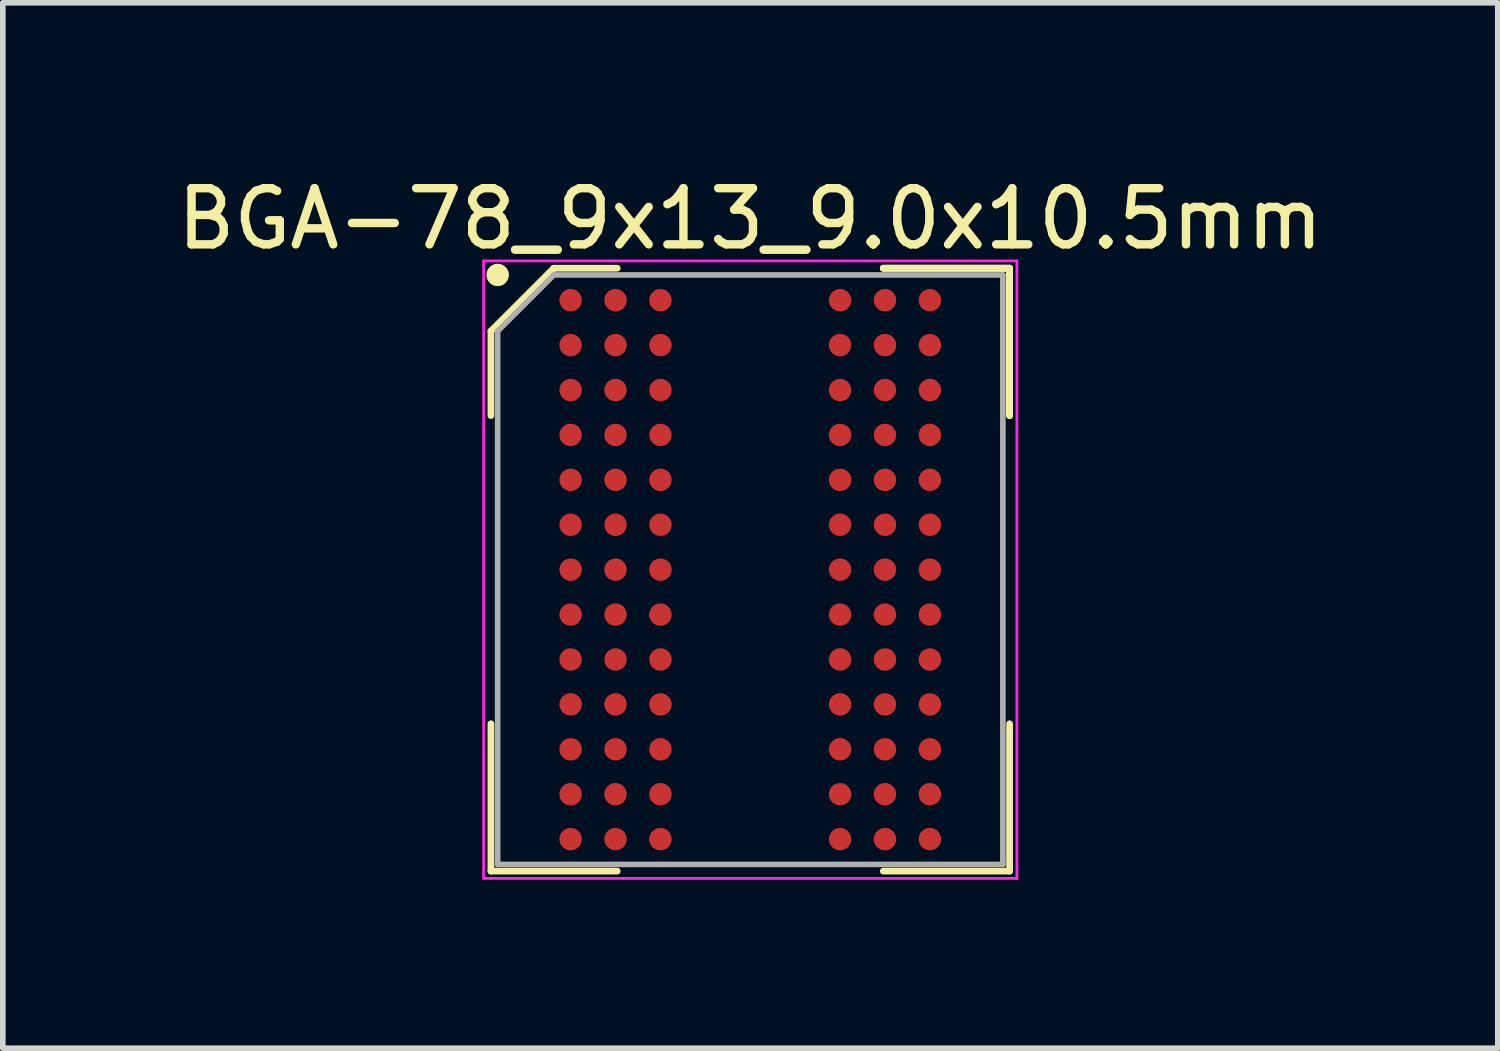
<source format=kicad_pcb>
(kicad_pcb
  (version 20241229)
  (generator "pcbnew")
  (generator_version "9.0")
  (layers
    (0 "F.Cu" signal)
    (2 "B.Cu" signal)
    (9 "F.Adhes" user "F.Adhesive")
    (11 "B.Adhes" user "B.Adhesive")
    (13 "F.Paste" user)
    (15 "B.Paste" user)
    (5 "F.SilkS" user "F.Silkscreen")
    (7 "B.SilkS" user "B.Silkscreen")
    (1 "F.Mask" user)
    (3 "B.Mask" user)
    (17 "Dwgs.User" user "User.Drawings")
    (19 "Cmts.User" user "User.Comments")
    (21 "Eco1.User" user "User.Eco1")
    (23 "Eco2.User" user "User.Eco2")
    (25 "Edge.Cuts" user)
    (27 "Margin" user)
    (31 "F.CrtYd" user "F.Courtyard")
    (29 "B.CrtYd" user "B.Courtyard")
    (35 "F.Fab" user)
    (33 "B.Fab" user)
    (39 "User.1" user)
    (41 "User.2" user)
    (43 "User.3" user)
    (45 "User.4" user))
  (footprint "BGA-78_9x13_9.0x10.5mm"
    (layer "F.Cu")
    (at 10.315 7.098)
    (property "Reference" "BGA-78_9x13_9.0x10.5mm" (at 0 -6.25 0) (layer "F.SilkS") (effects (font (size 1 1) (thickness 0.15))))
    (attr smd)
    (fp_line (start -4.62 -4.25) (end -4.62 -2.745) (stroke (width 0.12) (type solid)) (layer "F.SilkS"))
    (fp_line (start -4.62 5.37) (end -4.62 2.745) (stroke (width 0.12) (type solid)) (layer "F.SilkS"))
    (fp_line (start -3.5 -5.37) (end -4.62 -4.25) (stroke (width 0.12) (type solid)) (layer "F.SilkS"))
    (fp_line (start -2.37 -5.37) (end -3.5 -5.37) (stroke (width 0.12) (type solid)) (layer "F.SilkS"))
    (fp_line (start -2.37 5.37) (end -4.62 5.37) (stroke (width 0.12) (type solid)) (layer "F.SilkS"))
    (fp_line (start 2.37 -5.37) (end 4.62 -5.37) (stroke (width 0.12) (type solid)) (layer "F.SilkS"))
    (fp_line (start 2.37 -5.37) (end 4.62 -5.37) (stroke (width 0.12) (type solid)) (layer "F.SilkS"))
    (fp_line (start 2.37 -5.37) (end 4.62 -5.37) (stroke (width 0.12) (type solid)) (layer "F.SilkS"))
    (fp_line (start 2.37 5.37) (end 4.62 5.37) (stroke (width 0.12) (type solid)) (layer "F.SilkS"))
    (fp_line (start 4.62 -5.37) (end 4.62 -2.745) (stroke (width 0.12) (type solid)) (layer "F.SilkS"))
    (fp_line (start 4.62 -5.37) (end 4.62 -2.745) (stroke (width 0.12) (type solid)) (layer "F.SilkS"))
    (fp_line (start 4.62 -5.37) (end 4.62 -2.745) (stroke (width 0.12) (type solid)) (layer "F.SilkS"))
    (fp_line (start 4.62 5.37) (end 4.62 2.745) (stroke (width 0.12) (type solid)) (layer "F.SilkS"))
    (fp_circle (center -4.5 -5.25) (end -4.5 -5.15) (stroke (width 0.2) (type solid)) (fill no) (layer "F.SilkS"))
    (fp_line (start -4.75 -5.5) (end 4.75 -5.5) (stroke (width 0.05) (type solid)) (layer "F.CrtYd"))
    (fp_line (start -4.75 5.5) (end -4.75 -5.5) (stroke (width 0.05) (type solid)) (layer "F.CrtYd"))
    (fp_line (start 4.75 -5.5) (end 4.75 5.5) (stroke (width 0.05) (type solid)) (layer "F.CrtYd"))
    (fp_line (start 4.75 5.5) (end -4.75 5.5) (stroke (width 0.05) (type solid)) (layer "F.CrtYd"))
    (fp_line (start -4.5 -4.25) (end -4.5 5.25) (stroke (width 0.1) (type solid)) (layer "F.Fab"))
    (fp_line (start -4.5 5.25) (end 4.5 5.25) (stroke (width 0.1) (type solid)) (layer "F.Fab"))
    (fp_line (start -3.5 -5.25) (end -4.5 -4.25) (stroke (width 0.1) (type solid)) (layer "F.Fab"))
    (fp_line (start 4.5 -5.25) (end -3.5 -5.25) (stroke (width 0.1) (type solid)) (layer "F.Fab"))
    (fp_line (start 4.5 5.25) (end 4.5 -5.25) (stroke (width 0.1) (type solid)) (layer "F.Fab"))
    (pad "A1" smd circle (at -3.2 -4.8) (size 0.4 0.4) (layers "F.Cu" "F.Mask" "F.Paste"))
    (pad "A2" smd circle (at -2.4 -4.8) (size 0.4 0.4) (layers "F.Cu" "F.Mask" "F.Paste"))
    (pad "A3" smd circle (at -1.6 -4.8) (size 0.4 0.4) (layers "F.Cu" "F.Mask" "F.Paste"))
    (pad "A7" smd circle (at 1.6 -4.8) (size 0.4 0.4) (layers "F.Cu" "F.Mask" "F.Paste"))
    (pad "A8" smd circle (at 2.4 -4.8) (size 0.4 0.4) (layers "F.Cu" "F.Mask" "F.Paste"))
    (pad "A9" smd circle (at 3.2 -4.8) (size 0.4 0.4) (layers "F.Cu" "F.Mask" "F.Paste"))
    (pad "B1" smd circle (at -3.2 -4) (size 0.4 0.4) (layers "F.Cu" "F.Mask" "F.Paste"))
    (pad "B2" smd circle (at -2.4 -4) (size 0.4 0.4) (layers "F.Cu" "F.Mask" "F.Paste"))
    (pad "B3" smd circle (at -1.6 -4) (size 0.4 0.4) (layers "F.Cu" "F.Mask" "F.Paste"))
    (pad "B7" smd circle (at 1.6 -4) (size 0.4 0.4) (layers "F.Cu" "F.Mask" "F.Paste"))
    (pad "B8" smd circle (at 2.4 -4) (size 0.4 0.4) (layers "F.Cu" "F.Mask" "F.Paste"))
    (pad "B9" smd circle (at 3.2 -4) (size 0.4 0.4) (layers "F.Cu" "F.Mask" "F.Paste"))
    (pad "C1" smd circle (at -3.2 -3.2) (size 0.4 0.4) (layers "F.Cu" "F.Mask" "F.Paste"))
    (pad "C2" smd circle (at -2.4 -3.2) (size 0.4 0.4) (layers "F.Cu" "F.Mask" "F.Paste"))
    (pad "C3" smd circle (at -1.6 -3.2) (size 0.4 0.4) (layers "F.Cu" "F.Mask" "F.Paste"))
    (pad "C7" smd circle (at 1.6 -3.2) (size 0.4 0.4) (layers "F.Cu" "F.Mask" "F.Paste"))
    (pad "C8" smd circle (at 2.4 -3.2) (size 0.4 0.4) (layers "F.Cu" "F.Mask" "F.Paste"))
    (pad "C9" smd circle (at 3.2 -3.2) (size 0.4 0.4) (layers "F.Cu" "F.Mask" "F.Paste"))
    (pad "D1" smd circle (at -3.2 -2.4) (size 0.4 0.4) (layers "F.Cu" "F.Mask" "F.Paste"))
    (pad "D2" smd circle (at -2.4 -2.4) (size 0.4 0.4) (layers "F.Cu" "F.Mask" "F.Paste"))
    (pad "D3" smd circle (at -1.6 -2.4) (size 0.4 0.4) (layers "F.Cu" "F.Mask" "F.Paste"))
    (pad "D7" smd circle (at 1.6 -2.4) (size 0.4 0.4) (layers "F.Cu" "F.Mask" "F.Paste"))
    (pad "D8" smd circle (at 2.4 -2.4) (size 0.4 0.4) (layers "F.Cu" "F.Mask" "F.Paste"))
    (pad "D9" smd circle (at 3.2 -2.4) (size 0.4 0.4) (layers "F.Cu" "F.Mask" "F.Paste"))
    (pad "E1" smd circle (at -3.2 -1.6) (size 0.4 0.4) (layers "F.Cu" "F.Mask" "F.Paste"))
    (pad "E2" smd circle (at -2.4 -1.6) (size 0.4 0.4) (layers "F.Cu" "F.Mask" "F.Paste"))
    (pad "E3" smd circle (at -1.6 -1.6) (size 0.4 0.4) (layers "F.Cu" "F.Mask" "F.Paste"))
    (pad "E7" smd circle (at 1.6 -1.6) (size 0.4 0.4) (layers "F.Cu" "F.Mask" "F.Paste"))
    (pad "E8" smd circle (at 2.4 -1.6) (size 0.4 0.4) (layers "F.Cu" "F.Mask" "F.Paste"))
    (pad "E9" smd circle (at 3.2 -1.6) (size 0.4 0.4) (layers "F.Cu" "F.Mask" "F.Paste"))
    (pad "F1" smd circle (at -3.2 -0.8) (size 0.4 0.4) (layers "F.Cu" "F.Mask" "F.Paste"))
    (pad "F2" smd circle (at -2.4 -0.8) (size 0.4 0.4) (layers "F.Cu" "F.Mask" "F.Paste"))
    (pad "F3" smd circle (at -1.6 -0.8) (size 0.4 0.4) (layers "F.Cu" "F.Mask" "F.Paste"))
    (pad "F7" smd circle (at 1.6 -0.8) (size 0.4 0.4) (layers "F.Cu" "F.Mask" "F.Paste"))
    (pad "F8" smd circle (at 2.4 -0.8) (size 0.4 0.4) (layers "F.Cu" "F.Mask" "F.Paste"))
    (pad "F9" smd circle (at 3.2 -0.8) (size 0.4 0.4) (layers "F.Cu" "F.Mask" "F.Paste"))
    (pad "G1" smd circle (at -3.2 0) (size 0.4 0.4) (layers "F.Cu" "F.Mask" "F.Paste"))
    (pad "G2" smd circle (at -2.4 0) (size 0.4 0.4) (layers "F.Cu" "F.Mask" "F.Paste"))
    (pad "G3" smd circle (at -1.6 0) (size 0.4 0.4) (layers "F.Cu" "F.Mask" "F.Paste"))
    (pad "G7" smd circle (at 1.6 0) (size 0.4 0.4) (layers "F.Cu" "F.Mask" "F.Paste"))
    (pad "G8" smd circle (at 2.4 0) (size 0.4 0.4) (layers "F.Cu" "F.Mask" "F.Paste"))
    (pad "G9" smd circle (at 3.2 0) (size 0.4 0.4) (layers "F.Cu" "F.Mask" "F.Paste"))
    (pad "H1" smd circle (at -3.2 0.8) (size 0.4 0.4) (layers "F.Cu" "F.Mask" "F.Paste"))
    (pad "H2" smd circle (at -2.4 0.8) (size 0.4 0.4) (layers "F.Cu" "F.Mask" "F.Paste"))
    (pad "H3" smd circle (at -1.6 0.8) (size 0.4 0.4) (layers "F.Cu" "F.Mask" "F.Paste"))
    (pad "H7" smd circle (at 1.6 0.8) (size 0.4 0.4) (layers "F.Cu" "F.Mask" "F.Paste"))
    (pad "H8" smd circle (at 2.4 0.8) (size 0.4 0.4) (layers "F.Cu" "F.Mask" "F.Paste"))
    (pad "H9" smd circle (at 3.2 0.8) (size 0.4 0.4) (layers "F.Cu" "F.Mask" "F.Paste"))
    (pad "J1" smd circle (at -3.2 1.6) (size 0.4 0.4) (layers "F.Cu" "F.Mask" "F.Paste"))
    (pad "J2" smd circle (at -2.4 1.6) (size 0.4 0.4) (layers "F.Cu" "F.Mask" "F.Paste"))
    (pad "J3" smd circle (at -1.6 1.6) (size 0.4 0.4) (layers "F.Cu" "F.Mask" "F.Paste"))
    (pad "J7" smd circle (at 1.6 1.6) (size 0.4 0.4) (layers "F.Cu" "F.Mask" "F.Paste"))
    (pad "J8" smd circle (at 2.4 1.6) (size 0.4 0.4) (layers "F.Cu" "F.Mask" "F.Paste"))
    (pad "J9" smd circle (at 3.2 1.6) (size 0.4 0.4) (layers "F.Cu" "F.Mask" "F.Paste"))
    (pad "K1" smd circle (at -3.2 2.4) (size 0.4 0.4) (layers "F.Cu" "F.Mask" "F.Paste"))
    (pad "K2" smd circle (at -2.4 2.4) (size 0.4 0.4) (layers "F.Cu" "F.Mask" "F.Paste"))
    (pad "K3" smd circle (at -1.6 2.4) (size 0.4 0.4) (layers "F.Cu" "F.Mask" "F.Paste"))
    (pad "K7" smd circle (at 1.6 2.4) (size 0.4 0.4) (layers "F.Cu" "F.Mask" "F.Paste"))
    (pad "K8" smd circle (at 2.4 2.4) (size 0.4 0.4) (layers "F.Cu" "F.Mask" "F.Paste"))
    (pad "K9" smd circle (at 3.2 2.4) (size 0.4 0.4) (layers "F.Cu" "F.Mask" "F.Paste"))
    (pad "L1" smd circle (at -3.2 3.2) (size 0.4 0.4) (layers "F.Cu" "F.Mask" "F.Paste"))
    (pad "L2" smd circle (at -2.4 3.2) (size 0.4 0.4) (layers "F.Cu" "F.Mask" "F.Paste"))
    (pad "L3" smd circle (at -1.6 3.2) (size 0.4 0.4) (layers "F.Cu" "F.Mask" "F.Paste"))
    (pad "L7" smd circle (at 1.6 3.2) (size 0.4 0.4) (layers "F.Cu" "F.Mask" "F.Paste"))
    (pad "L8" smd circle (at 2.4 3.2) (size 0.4 0.4) (layers "F.Cu" "F.Mask" "F.Paste"))
    (pad "L9" smd circle (at 3.2 3.2) (size 0.4 0.4) (layers "F.Cu" "F.Mask" "F.Paste"))
    (pad "M1" smd circle (at -3.2 4) (size 0.4 0.4) (layers "F.Cu" "F.Mask" "F.Paste"))
    (pad "M2" smd circle (at -2.4 4) (size 0.4 0.4) (layers "F.Cu" "F.Mask" "F.Paste"))
    (pad "M3" smd circle (at -1.6 4) (size 0.4 0.4) (layers "F.Cu" "F.Mask" "F.Paste"))
    (pad "M7" smd circle (at 1.6 4) (size 0.4 0.4) (layers "F.Cu" "F.Mask" "F.Paste"))
    (pad "M8" smd circle (at 2.4 4) (size 0.4 0.4) (layers "F.Cu" "F.Mask" "F.Paste"))
    (pad "M9" smd circle (at 3.2 4) (size 0.4 0.4) (layers "F.Cu" "F.Mask" "F.Paste"))
    (pad "N1" smd circle (at -3.2 4.8) (size 0.4 0.4) (layers "F.Cu" "F.Mask" "F.Paste"))
    (pad "N2" smd circle (at -2.4 4.8) (size 0.4 0.4) (layers "F.Cu" "F.Mask" "F.Paste"))
    (pad "N3" smd circle (at -1.6 4.8) (size 0.4 0.4) (layers "F.Cu" "F.Mask" "F.Paste"))
    (pad "N7" smd circle (at 1.6 4.8) (size 0.4 0.4) (layers "F.Cu" "F.Mask" "F.Paste"))
    (pad "N8" smd circle (at 2.4 4.8) (size 0.4 0.4) (layers "F.Cu" "F.Mask" "F.Paste"))
    (pad "N9" smd circle (at 3.2 4.8) (size 0.4 0.4) (layers "F.Cu" "F.Mask" "F.Paste")))
  (gr_rect
    (start -3 -3)
    (end 23.631 15.623)
    (stroke (width 0.1) (type default))
    (fill no)
    (layer "Edge.Cuts")))
</source>
